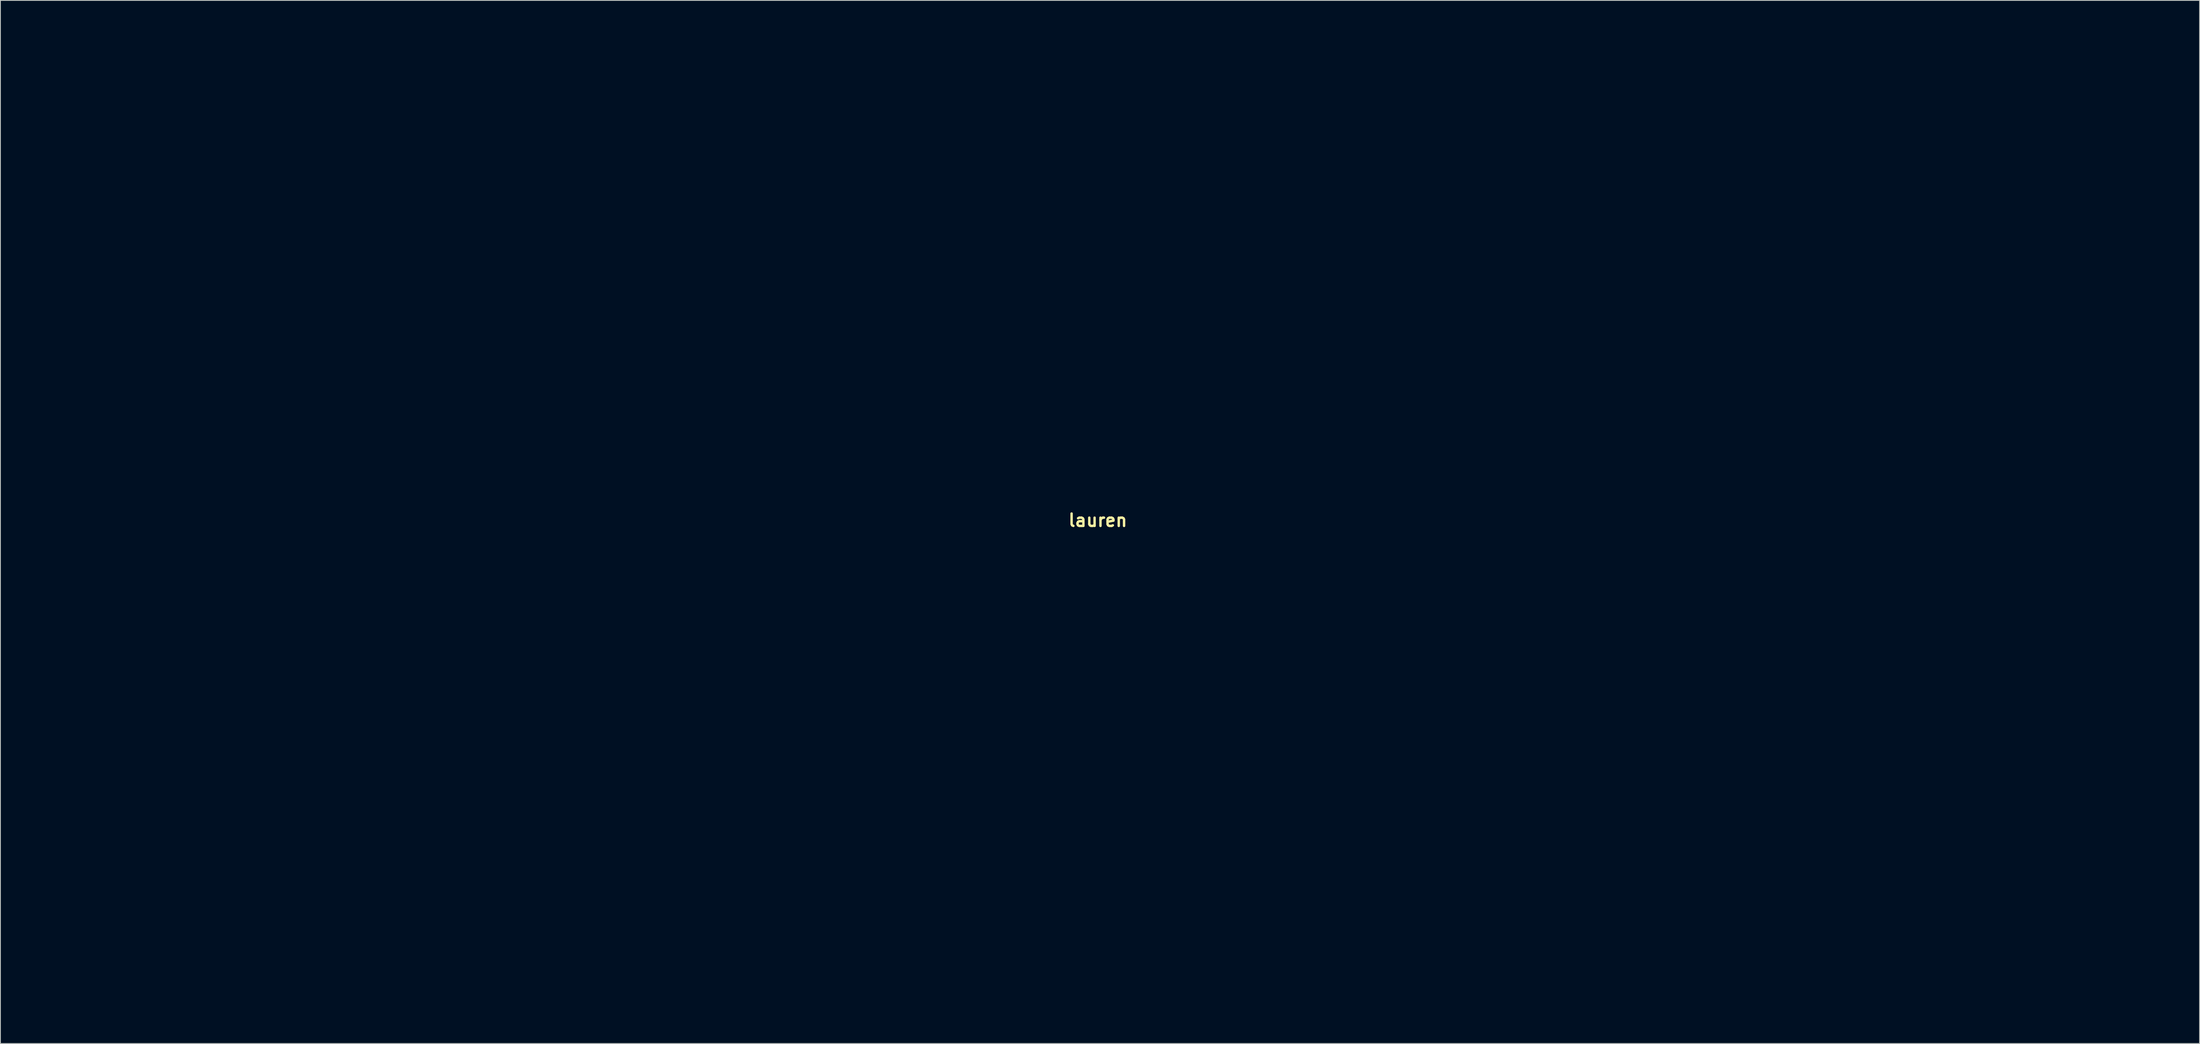
<source format=kicad_pcb>
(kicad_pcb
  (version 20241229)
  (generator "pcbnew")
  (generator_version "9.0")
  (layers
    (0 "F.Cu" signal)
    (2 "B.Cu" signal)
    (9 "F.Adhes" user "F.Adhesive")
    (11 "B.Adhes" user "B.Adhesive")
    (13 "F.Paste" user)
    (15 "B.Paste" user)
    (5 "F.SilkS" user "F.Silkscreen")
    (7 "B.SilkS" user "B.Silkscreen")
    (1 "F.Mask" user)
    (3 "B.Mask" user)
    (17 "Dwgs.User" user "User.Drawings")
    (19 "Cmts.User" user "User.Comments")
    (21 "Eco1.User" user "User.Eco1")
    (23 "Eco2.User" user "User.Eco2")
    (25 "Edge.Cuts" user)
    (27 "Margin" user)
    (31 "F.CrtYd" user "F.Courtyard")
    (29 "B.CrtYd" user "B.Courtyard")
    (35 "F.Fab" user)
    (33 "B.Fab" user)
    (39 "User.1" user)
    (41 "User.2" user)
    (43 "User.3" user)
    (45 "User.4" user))
  (footprint "lauren"
    (layer "F.Cu")
    (at 132.115 61.031)
    (property "Reference" "lauren" (at 0 0 0) (layer "F.SilkS") (effects (font (size 1.524 1.524) (thickness 0.3))))
    (attr through_hole)
    (fp_poly (pts (xy 132.644 36.689) (xy -46.214 36.689) (xy -46.214 33.514) (xy 132.644 33.514)) (stroke (width 0) (type solid)) (fill yes) (layer "F.Mask"))
    (fp_poly (pts (xy 21.078 -3.8) (xy 27.693 -3.704) (xy 27.903 0.706) (xy 19.756 0.706) (xy 19.756 6.318) (xy 24.518 6.526) (xy 24.728 10.936) (xy 19.756 10.936) (xy 19.756 16.557) (xy 23.724 16.657) (xy 27.693 16.757) (xy 27.903 21.167) (xy 14.464 21.167) (xy 14.464 -3.896)) (stroke (width 0) (type solid)) (fill yes) (layer "F.Mask"))
    (fp_poly (pts (xy 49.332 52.123) (xy 50.392 55.21) (xy 50.419 52.123) (xy 50.447 49.036) (xy 52.917 49.036) (xy 52.917 61.424) (xy 51.472 61.315) (xy 50.027 61.207) (xy 49.031 58.208) (xy 48.034 55.21) (xy 48.094 58.208) (xy 48.154 61.207) (xy 46.831 61.316) (xy 45.508 61.426) (xy 45.508 49.036) (xy 48.272 49.036)) (stroke (width 0) (type solid)) (fill yes) (layer "F.Mask"))
    (fp_poly (pts (xy -39.577 50.359) (xy -39.466 51.506) (xy -43.392 51.506) (xy -43.392 52.718) (xy -43.323 53.547) (xy -42.98 53.911) (xy -42.245 54.041) (xy -41.451 54.2) (xy -41.142 54.612) (xy -41.099 55.21) (xy -41.188 55.952) (xy -41.602 56.276) (xy -42.245 56.379) (xy -43.392 56.489) (xy -43.392 61.383) (xy -46.231 61.383) (xy -46.134 55.298) (xy -46.038 49.212) (xy -39.688 49.212)) (stroke (width 0) (type solid)) (fill yes) (layer "F.Mask"))
    (fp_poly (pts (xy -67.965 -27.607) (xy -67.862 -25.65) (xy -67.783 -23.373) (xy -67.74 -21.161) (xy -67.735 -20.373) (xy -67.733 -16.581) (xy -124.883 -16.581) (xy -124.883 -18.92) (xy -124.804 -20.516) (xy -124.529 -21.68) (xy -124.136 -22.469) (xy -123.633 -23.539) (xy -123.558 -24.633) (xy -123.623 -25.146) (xy -123.852 -26.113) (xy -124.139 -26.752) (xy -124.231 -26.844) (xy -124.448 -27.3) (xy -124.606 -28.223) (xy -124.655 -28.971) (xy -124.707 -30.868) (xy -96.45 -30.958) (xy -68.193 -31.049)) (stroke (width 0) (type solid)) (fill yes) (layer "F.Mask"))
    (fp_poly (pts (xy -10.936 21.195) (xy -16.737 20.99) (xy -18.922 14.287) (xy -21.106 7.585) (xy -21.136 14.376) (xy -21.167 21.167) (xy -23.647 21.167) (xy -25.208 21.103) (xy -26.088 20.91) (xy -26.298 20.723) (xy -26.335 20.276) (xy -26.365 19.209) (xy -26.385 17.606) (xy -26.397 15.553) (xy -26.398 13.134) (xy -26.389 10.435) (xy -26.375 8.288) (xy -26.282 -3.704) (xy -20.637 -3.704) (xy -16.261 9.349) (xy -16.156 2.822) (xy -16.051 -3.704) (xy -13.494 -3.808) (xy -10.936 -3.911)) (stroke (width 0) (type solid)) (fill yes) (layer "F.Mask"))
    (fp_poly (pts (xy 99.66 -49.212) (xy 93.574 -49.116) (xy 87.489 -49.019) (xy 87.489 -40.241) (xy 91.105 -40.141) (xy 94.721 -40.04) (xy 94.721 -33.337) (xy 91.105 -33.237) (xy 87.489 -33.136) (xy 87.489 -24.342) (xy 93.267 -24.342) (xy 95.537 -24.329) (xy 97.194 -24.284) (xy 98.331 -24.202) (xy 99.039 -24.074) (xy 99.411 -23.892) (xy 99.455 -23.847) (xy 99.673 -23.182) (xy 99.774 -21.908) (xy 99.763 -20.407) (xy 99.66 -17.462) (xy 79.369 -17.275) (xy 79.551 -55.915) (xy 99.66 -55.915)) (stroke (width 0) (type solid)) (fill yes) (layer "F.Mask"))
    (fp_poly (pts (xy 101.247 51.506) (xy 97.367 51.506) (xy 97.367 52.718) (xy 97.435 53.547) (xy 97.778 53.911) (xy 98.513 54.041) (xy 99.321 54.212) (xy 99.669 54.672) (xy 99.77 55.298) (xy 99.793 56.061) (xy 99.527 56.378) (xy 98.779 56.444) (xy 98.624 56.444) (xy 97.786 56.496) (xy 97.439 56.793) (xy 97.367 57.545) (xy 97.367 57.679) (xy 97.367 58.914) (xy 101.247 58.914) (xy 101.247 61.383) (xy 94.528 61.383) (xy 94.624 55.298) (xy 94.721 49.212) (xy 97.984 49.111) (xy 101.247 49.01)) (stroke (width 0) (type solid)) (fill yes) (layer "F.Mask"))
    (fp_poly (pts (xy -73.327 -53.514) (xy -73.371 -52.081) (xy -73.304 -51.087) (xy -73.064 -50.268) (xy -72.591 -49.357) (xy -72.227 -48.751) (xy -71.464 -47.363) (xy -70.8 -45.904) (xy -70.293 -44.539) (xy -70.005 -43.432) (xy -69.995 -42.75) (xy -70.021 -42.694) (xy -70.445 -42.584) (xy -71.555 -42.493) (xy -73.333 -42.422) (xy -75.76 -42.372) (xy -78.818 -42.342) (xy -82.042 -42.333) (xy -93.839 -42.333) (xy -93.839 -56.092) (xy -85.725 -56.168) (xy -83.251 -56.191) (xy -80.877 -56.212) (xy -78.741 -56.231) (xy -76.98 -56.245) (xy -75.732 -56.254) (xy -75.406 -56.256) (xy -73.201 -56.268)) (stroke (width 0) (type solid)) (fill yes) (layer "F.Mask"))
    (fp_poly (pts (xy 128.793 -56.016) (xy 132.468 -55.915) (xy 132.65 -17.286) (xy 123.855 -17.286) (xy 120.996 -26.194) (xy 120.193 -28.692) (xy 119.426 -31.072) (xy 118.731 -33.219) (xy 118.146 -35.02) (xy 117.708 -36.359) (xy 117.481 -37.042) (xy 116.825 -38.982) (xy 116.797 -28.134) (xy 116.769 -17.286) (xy 109.002 -17.286) (xy 109.185 -55.915) (xy 117.621 -55.915) (xy 121.041 -45.508) (xy 124.461 -35.101) (xy 124.501 -45.156) (xy 124.521 -47.765) (xy 124.558 -50.154) (xy 124.609 -52.229) (xy 124.671 -53.897) (xy 124.741 -55.062) (xy 124.816 -55.633) (xy 124.829 -55.664) (xy 125.191 -55.88) (xy 126.001 -56.003) (xy 127.35 -56.04)) (stroke (width 0) (type solid)) (fill yes) (layer "F.Mask"))
    (fp_poly (pts (xy -38.185 -40.128) (xy -38.093 -24.342) (xy -32.142 -24.342) (xy -29.838 -24.329) (xy -28.147 -24.287) (xy -26.98 -24.208) (xy -26.244 -24.086) (xy -25.849 -23.912) (xy -25.781 -23.847) (xy -25.563 -23.182) (xy -25.462 -21.908) (xy -25.473 -20.407) (xy -25.576 -17.462) (xy -35.728 -17.369) (xy -38.811 -17.347) (xy -41.252 -17.346) (xy -43.114 -17.368) (xy -44.462 -17.415) (xy -45.359 -17.49) (xy -45.868 -17.594) (xy -46.05 -17.722) (xy -46.081 -18.15) (xy -46.106 -19.218) (xy -46.127 -20.857) (xy -46.141 -23.003) (xy -46.15 -25.587) (xy -46.152 -28.544) (xy -46.148 -31.807) (xy -46.137 -35.309) (xy -46.129 -37.042) (xy -46.038 -55.915) (xy -38.276 -55.915)) (stroke (width 0) (type solid)) (fill yes) (layer "F.Mask"))
    (fp_poly (pts (xy -81.061 -4.169) (xy -77.831 -4.158) (xy -75.12 -4.14) (xy -72.891 -4.114) (xy -71.106 -4.081) (xy -69.728 -4.039) (xy -68.719 -3.988) (xy -68.043 -3.927) (xy -67.661 -3.857) (xy -67.54 -3.786) (xy -67.479 -3.301) (xy -67.419 -2.233) (xy -67.363 -0.704) (xy -67.316 1.164) (xy -67.285 3.007) (xy -67.204 9.349) (xy -95.971 9.439) (xy -124.738 9.529) (xy -126.726 7.143) (xy -127.749 5.949) (xy -128.72 4.875) (xy -129.466 4.11) (xy -129.62 3.969) (xy -130.249 3.206) (xy -130.527 2.443) (xy -130.528 2.411) (xy -130.76 1.541) (xy -131.107 1.003) (xy -131.529 0.226) (xy -131.796 -0.829) (xy -131.812 -0.965) (xy -131.922 -2.112) (xy -132.02 -3.112) (xy -132.026 -3.175) (xy -132.115 -4.057) (xy -99.914 -4.147) (xy -94.236 -4.161) (xy -89.226 -4.17) (xy -84.846 -4.172)) (stroke (width 0) (type solid)) (fill yes) (layer "F.Mask"))
    (fp_poly (pts (xy -10.994 49.12) (xy -9.803 49.335) (xy -9.223 49.539) (xy -8.191 50.436) (xy -7.576 51.714) (xy -7.42 53.157) (xy -7.764 54.549) (xy -8.144 55.168) (xy -8.88 56.104) (xy -8.144 58.283) (xy -7.675 59.73) (xy -7.471 60.639) (xy -7.558 61.134) (xy -7.962 61.34) (xy -8.709 61.383) (xy -8.781 61.383) (xy -10.155 61.383) (xy -10.76 58.914) (xy -11.095 57.709) (xy -11.417 56.83) (xy -11.66 56.449) (xy -11.68 56.444) (xy -11.835 56.767) (xy -11.947 57.617) (xy -11.994 58.815) (xy -11.994 58.914) (xy -11.994 61.383) (xy -14.464 61.383) (xy -14.464 52.917) (xy -11.994 52.917) (xy -11.926 53.888) (xy -11.641 54.277) (xy -11.025 54.199) (xy -10.789 54.114) (xy -10.256 53.619) (xy -10.185 52.891) (xy -10.497 52.152) (xy -11.119 51.626) (xy -11.671 51.506) (xy -11.873 51.819) (xy -11.986 52.601) (xy -11.994 52.917) (xy -14.464 52.917) (xy -14.464 49.036) (xy -12.33 49.036)) (stroke (width 0) (type solid)) (fill yes) (layer "F.Mask"))
    (fp_poly (pts (xy -108.495 -60.715) (xy -108.15 -59.864) (xy -107.719 -58.62) (xy -107.396 -57.591) (xy -106.354 -54.151) (xy -102.478 -53.975) (xy -98.601 -53.799) (xy -101.637 -51.558) (xy -104.673 -49.318) (xy -103.521 -45.649) (xy -103.072 -44.171) (xy -102.739 -42.977) (xy -102.557 -42.205) (xy -102.547 -41.981) (xy -102.889 -42.174) (xy -103.673 -42.698) (xy -104.773 -43.465) (xy -105.714 -44.138) (xy -108.703 -46.296) (xy -111.16 -44.579) (xy -112.384 -43.724) (xy -113.457 -42.975) (xy -114.192 -42.462) (xy -114.311 -42.378) (xy -114.832 -42.128) (xy -115.006 -42.224) (xy -114.899 -42.684) (xy -114.612 -43.644) (xy -114.197 -44.938) (xy -113.947 -45.685) (xy -113.486 -47.074) (xy -113.127 -48.207) (xy -112.92 -48.919) (xy -112.889 -49.071) (xy -113.155 -49.372) (xy -113.876 -49.99) (xy -114.933 -50.825) (xy -115.91 -51.562) (xy -118.932 -53.799) (xy -115.1 -53.898) (xy -111.268 -53.997) (xy -110.115 -57.514) (xy -109.617 -58.961) (xy -109.174 -60.119) (xy -108.842 -60.849) (xy -108.7 -61.031)) (stroke (width 0) (type solid)) (fill yes) (layer "F.Mask"))
    (fp_poly (pts (xy 82.414 49.238) (xy 83.3 49.357) (xy 83.92 49.629) (xy 84.495 50.115) (xy 84.571 50.191) (xy 85.207 50.979) (xy 85.492 51.861) (xy 85.549 52.888) (xy 85.399 54.332) (xy 84.919 55.3) (xy 84.866 55.361) (xy 84.52 55.78) (xy 84.374 56.186) (xy 84.433 56.77) (xy 84.703 57.723) (xy 84.954 58.51) (xy 85.334 59.723) (xy 85.61 60.661) (xy 85.724 61.133) (xy 85.725 61.144) (xy 85.412 61.296) (xy 84.634 61.378) (xy 84.353 61.383) (xy 82.981 61.383) (xy 82.357 59.076) (xy 82 57.885) (xy 81.668 56.989) (xy 81.436 56.586) (xy 81.291 56.815) (xy 81.185 57.588) (xy 81.139 58.746) (xy 81.139 58.893) (xy 81.139 61.383) (xy 78.3 61.383) (xy 78.397 55.298) (xy 78.434 52.917) (xy 81.139 52.917) (xy 81.195 53.856) (xy 81.407 54.246) (xy 81.718 54.265) (xy 82.381 53.889) (xy 82.687 53.534) (xy 82.842 52.727) (xy 82.462 51.978) (xy 81.718 51.568) (xy 81.342 51.636) (xy 81.171 52.138) (xy 81.139 52.917) (xy 78.434 52.917) (xy 78.493 49.212) (xy 81.043 49.212)) (stroke (width 0) (type solid)) (fill yes) (layer "F.Mask"))
    (fp_poly (pts (xy -31.75 6.223) (xy -31.752 9.18) (xy -31.764 11.519) (xy -31.789 13.33) (xy -31.835 14.7) (xy -31.906 15.717) (xy -32.009 16.471) (xy -32.148 17.049) (xy -32.331 17.541) (xy -32.498 17.904) (xy -33.6 19.541) (xy -35.095 20.652) (xy -37.044 21.273) (xy -38.597 21.431) (xy -40.166 21.433) (xy -41.3 21.267) (xy -42.261 20.893) (xy -42.403 20.819) (xy -44.076 19.522) (xy -45.28 17.744) (xy -45.858 16.033) (xy -45.972 15.105) (xy -46.059 13.564) (xy -46.118 11.501) (xy -46.147 9.006) (xy -46.142 6.173) (xy -46.134 5.292) (xy -46.038 -3.704) (xy -40.746 -3.704) (xy -40.569 6.275) (xy -40.512 9.261) (xy -40.452 11.616) (xy -40.386 13.413) (xy -40.308 14.727) (xy -40.213 15.631) (xy -40.097 16.199) (xy -39.953 16.506) (xy -39.864 16.588) (xy -38.827 16.909) (xy -37.882 16.534) (xy -37.631 16.295) (xy -37.456 16.025) (xy -37.318 15.591) (xy -37.21 14.913) (xy -37.128 13.909) (xy -37.066 12.501) (xy -37.019 10.605) (xy -36.983 8.143) (xy -36.959 5.976) (xy -36.865 -3.704) (xy -34.308 -3.808) (xy -31.75 -3.911)) (stroke (width 0) (type solid)) (fill yes) (layer "F.Mask"))
    (fp_poly (pts (xy 17.783 49.185) (xy 18.73 49.743) (xy 19.077 50.067) (xy 19.788 51.028) (xy 20.087 51.977) (xy 19.946 52.732) (xy 19.55 53.055) (xy 18.389 53.265) (xy 17.582 52.883) (xy 17.286 52.388) (xy 16.856 51.731) (xy 16.413 51.506) (xy 16.168 51.613) (xy 16.009 52.014) (xy 15.918 52.822) (xy 15.88 54.154) (xy 15.875 55.21) (xy 15.884 56.862) (xy 15.926 57.934) (xy 16.026 58.55) (xy 16.207 58.834) (xy 16.492 58.912) (xy 16.581 58.914) (xy 17.17 58.664) (xy 17.286 58.208) (xy 17.404 57.747) (xy 17.883 57.543) (xy 18.697 57.503) (xy 19.617 57.56) (xy 20.025 57.796) (xy 20.108 58.232) (xy 19.81 59.651) (xy 18.954 60.676) (xy 17.596 61.256) (xy 16.476 61.372) (xy 15.25 61.283) (xy 14.402 60.929) (xy 13.919 60.517) (xy 13.553 60.113) (xy 13.308 59.673) (xy 13.16 59.054) (xy 13.084 58.114) (xy 13.056 56.711) (xy 13.053 55.375) (xy 13.058 53.575) (xy 13.092 52.335) (xy 13.184 51.509) (xy 13.361 50.953) (xy 13.652 50.521) (xy 14.084 50.067) (xy 15.037 49.326) (xy 16.104 49.052) (xy 16.581 49.036)) (stroke (width 0) (type solid)) (fill yes) (layer "F.Mask"))
    (fp_poly (pts (xy 114.747 49.297) (xy 115.333 49.552) (xy 116.231 50.202) (xy 116.669 51.096) (xy 116.769 52.24) (xy 116.694 52.94) (xy 116.324 53.221) (xy 115.573 53.269) (xy 114.706 53.169) (xy 114.282 52.765) (xy 114.155 52.388) (xy 113.791 51.696) (xy 113.322 51.525) (xy 112.962 51.881) (xy 112.889 52.346) (xy 113.164 53.128) (xy 114.029 54.03) (xy 114.465 54.375) (xy 115.958 55.775) (xy 116.794 57.207) (xy 116.963 58.625) (xy 116.453 59.984) (xy 115.976 60.59) (xy 114.956 61.218) (xy 113.627 61.439) (xy 112.254 61.255) (xy 111.102 60.671) (xy 110.933 60.517) (xy 110.219 59.402) (xy 110.067 58.577) (xy 110.121 57.888) (xy 110.419 57.582) (xy 111.162 57.505) (xy 111.478 57.503) (xy 112.398 57.56) (xy 112.805 57.796) (xy 112.889 58.234) (xy 113.085 58.8) (xy 113.477 58.852) (xy 114.101 58.52) (xy 114.105 57.93) (xy 113.495 57.14) (xy 113.203 56.881) (xy 111.778 55.639) (xy 110.845 54.664) (xy 110.314 53.831) (xy 110.091 53.011) (xy 110.067 52.555) (xy 110.157 51.208) (xy 110.496 50.338) (xy 111.186 49.729) (xy 111.503 49.552) (xy 113.123 49.072)) (stroke (width 0) (type solid)) (fill yes) (layer "F.Mask"))
    (fp_poly (pts (xy 3.155 -3.703) (xy 4.571 -3.41) (xy 5.718 -2.917) (xy 6.737 -2.192) (xy 6.862 -2.084) (xy 7.593 -1.378) (xy 8.157 -0.637) (xy 8.573 0.238) (xy 8.859 1.346) (xy 9.036 2.784) (xy 9.122 4.651) (xy 9.137 7.045) (xy 9.11 9.407) (xy 9.07 11.871) (xy 9.028 13.736) (xy 8.971 15.109) (xy 8.885 16.096) (xy 8.759 16.803) (xy 8.578 17.338) (xy 8.329 17.805) (xy 8.025 18.276) (xy 7.223 19.333) (xy 6.341 20.103) (xy 5.256 20.63) (xy 3.843 20.955) (xy 1.978 21.12) (xy -0.461 21.167) (xy -0.52 21.167) (xy -5.301 21.167) (xy -5.208 8.731) (xy -5.148 0.706) (xy 0 0.706) (xy 0 16.581) (xy 1.21 16.581) (xy 2.2 16.429) (xy 2.938 16.061) (xy 2.96 16.04) (xy 3.31 15.567) (xy 3.565 14.885) (xy 3.735 13.9) (xy 3.828 12.515) (xy 3.856 10.634) (xy 3.828 8.16) (xy 3.818 7.692) (xy 3.746 5.292) (xy 3.621 3.508) (xy 3.41 2.25) (xy 3.078 1.431) (xy 2.592 0.96) (xy 1.919 0.748) (xy 1.18 0.706) (xy 0 0.706) (xy -5.148 0.706) (xy -5.115 -3.704) (xy -1.058 -3.813) (xy 1.326 -3.827)) (stroke (width 0) (type solid)) (fill yes) (layer "F.Mask"))
    (fp_poly (pts (xy 130.645 49.38) (xy 131.737 50.101) (xy 132.453 51.161) (xy 132.644 52.184) (xy 132.59 52.884) (xy 132.289 53.192) (xy 131.538 53.268) (xy 131.258 53.269) (xy 130.329 53.202) (xy 129.892 52.929) (xy 129.759 52.503) (xy 129.47 51.806) (xy 129.01 51.588) (xy 128.588 51.927) (xy 128.534 52.048) (xy 128.581 52.531) (xy 129.066 53.241) (xy 130.048 54.258) (xy 130.474 54.658) (xy 131.548 55.682) (xy 132.195 56.417) (xy 132.522 57.038) (xy 132.635 57.715) (xy 132.644 58.159) (xy 132.387 59.681) (xy 131.614 60.721) (xy 130.325 61.279) (xy 129.194 61.383) (xy 127.96 61.289) (xy 127.138 60.947) (xy 126.714 60.573) (xy 126.084 59.617) (xy 125.727 58.632) (xy 125.619 57.91) (xy 125.8 57.589) (xy 126.441 57.506) (xy 126.915 57.503) (xy 127.89 57.583) (xy 128.374 57.884) (xy 128.513 58.208) (xy 128.899 58.782) (xy 129.26 58.914) (xy 129.77 58.716) (xy 129.737 58.161) (xy 129.189 57.307) (xy 128.154 56.211) (xy 127.794 55.88) (xy 126.763 54.93) (xy 126.157 54.244) (xy 125.864 53.627) (xy 125.772 52.888) (xy 125.765 52.402) (xy 125.846 51.257) (xy 126.168 50.495) (xy 126.755 49.888) (xy 127.99 49.209) (xy 129.342 49.061)) (stroke (width 0) (type solid)) (fill yes) (layer "F.Mask"))
    (fp_poly (pts (xy -83.253 49.039) (xy -80.68 49.051) (xy -78.677 49.075) (xy -77.175 49.113) (xy -76.106 49.169) (xy -75.402 49.246) (xy -74.994 49.348) (xy -74.815 49.476) (xy -74.789 49.573) (xy -75.083 50.097) (xy -75.583 50.402) (xy -77.697 51.154) (xy -79.236 51.636) (xy -80.271 51.868) (xy -80.673 51.896) (xy -81.301 52.088) (xy -81.745 52.812) (xy -81.834 53.06) (xy -82.031 53.918) (xy -81.924 54.691) (xy -81.466 55.708) (xy -81.451 55.737) (xy -80.97 56.846) (xy -80.887 57.682) (xy -81.003 58.157) (xy -81.365 58.806) (xy -81.941 59.112) (xy -82.82 59.064) (xy -84.093 58.657) (xy -85.853 57.88) (xy -86.269 57.681) (xy -87.739 57.013) (xy -89.04 56.5) (xy -90.004 56.203) (xy -90.394 56.158) (xy -91.01 56.484) (xy -91.73 57.186) (xy -92.426 58.084) (xy -92.97 58.995) (xy -93.234 59.738) (xy -93.164 60.083) (xy -92.79 60.754) (xy -93.043 61.24) (xy -93.662 61.383) (xy -94.326 61.279) (xy -94.544 61.079) (xy -94.836 60.894) (xy -95.338 60.91) (xy -96.174 60.796) (xy -97.014 60.352) (xy -97.353 60.06) (xy -97.595 59.722) (xy -97.76 59.22) (xy -97.867 58.435) (xy -97.937 57.246) (xy -97.989 55.536) (xy -98.016 54.348) (xy -98.137 49.036) (xy -86.463 49.036)) (stroke (width 0) (type solid)) (fill yes) (layer "F.Mask"))
    (fp_poly (pts (xy -25.796 49.386) (xy -24.641 50.162) (xy -24.006 51.112) (xy -23.778 52.147) (xy -23.673 53.821) (xy -23.692 55.922) (xy -23.755 57.601) (xy -23.84 58.729) (xy -23.985 59.461) (xy -24.227 59.952) (xy -24.602 60.357) (xy -24.802 60.533) (xy -25.739 61.126) (xy -26.892 61.364) (xy -27.505 61.383) (xy -28.634 61.317) (xy -29.379 61.029) (xy -30.056 60.386) (xy -30.159 60.264) (xy -30.557 59.763) (xy -30.819 59.285) (xy -30.969 58.68) (xy -31.029 57.797) (xy -31.025 56.955) (xy -28.187 56.955) (xy -28.181 58.003) (xy -28.106 58.591) (xy -27.937 58.841) (xy -27.649 58.878) (xy -27.441 58.852) (xy -27.075 58.765) (xy -26.84 58.543) (xy -26.709 58.051) (xy -26.65 57.157) (xy -26.635 55.728) (xy -26.635 55.21) (xy -26.644 53.604) (xy -26.69 52.576) (xy -26.798 51.998) (xy -26.994 51.743) (xy -27.302 51.682) (xy -27.34 51.682) (xy -27.659 51.733) (xy -27.87 51.971) (xy -28.002 52.521) (xy -28.083 53.508) (xy -28.139 55.058) (xy -28.147 55.324) (xy -28.187 56.955) (xy -31.025 56.955) (xy -31.023 56.486) (xy -30.984 54.941) (xy -30.928 53.155) (xy -30.857 51.932) (xy -30.738 51.128) (xy -30.541 50.602) (xy -30.235 50.21) (xy -29.878 49.887) (xy -28.615 49.207) (xy -27.188 49.054)) (stroke (width 0) (type solid)) (fill yes) (layer "F.Mask"))
    (fp_poly (pts (xy 33.824 49.181) (xy 35.153 49.872) (xy 35.17 49.887) (xy 35.59 50.275) (xy 35.875 50.681) (xy 36.055 51.246) (xy 36.164 52.113) (xy 36.23 53.424) (xy 36.276 54.941) (xy 36.319 56.729) (xy 36.316 57.962) (xy 36.243 58.791) (xy 36.078 59.366) (xy 35.795 59.837) (xy 35.451 60.264) (xy 34.759 60.966) (xy 34.042 61.294) (xy 32.983 61.382) (xy 32.797 61.383) (xy 31.46 61.261) (xy 30.474 60.826) (xy 30.094 60.532) (xy 29.636 60.097) (xy 29.339 59.632) (xy 29.16 58.972) (xy 29.057 57.952) (xy 28.994 56.589) (xy 31.785 56.589) (xy 31.825 57.762) (xy 31.971 58.462) (xy 32.252 58.807) (xy 32.695 58.912) (xy 32.81 58.914) (xy 33.136 58.875) (xy 33.342 58.675) (xy 33.449 58.186) (xy 33.478 57.282) (xy 33.453 55.836) (xy 33.438 55.298) (xy 33.383 53.667) (xy 33.307 52.616) (xy 33.182 52.019) (xy 32.981 51.75) (xy 32.676 51.682) (xy 32.632 51.682) (xy 32.293 51.741) (xy 32.076 52.007) (xy 31.945 52.614) (xy 31.866 53.698) (xy 31.824 54.829) (xy 31.785 56.589) (xy 28.994 56.589) (xy 28.986 56.406) (xy 28.98 56.234) (xy 28.968 53.852) (xy 29.143 52.069) (xy 29.527 50.795) (xy 30.144 49.942) (xy 30.688 49.567) (xy 32.272 49.075)) (stroke (width 0) (type solid)) (fill yes) (layer "F.Mask"))
    (fp_poly (pts (xy 125.195 -3.796) (xy 127.39 -3.556) (xy 129.092 -3.057) (xy 130.395 -2.263) (xy 131.393 -1.138) (xy 131.94 -0.174) (xy 132.18 0.381) (xy 132.358 0.99) (xy 132.485 1.763) (xy 132.568 2.809) (xy 132.616 4.236) (xy 132.639 6.153) (xy 132.644 8.589) (xy 132.623 11.576) (xy 132.541 13.949) (xy 132.37 15.8) (xy 132.083 17.219) (xy 131.653 18.298) (xy 131.051 19.128) (xy 130.251 19.8) (xy 129.224 20.405) (xy 129.043 20.499) (xy 128.363 20.786) (xy 127.556 20.979) (xy 126.474 21.096) (xy 124.969 21.153) (xy 123.122 21.167) (xy 121.065 21.146) (xy 119.637 21.078) (xy 118.764 20.956) (xy 118.371 20.774) (xy 118.341 20.723) (xy 118.303 20.276) (xy 118.274 19.209) (xy 118.254 17.606) (xy 118.242 15.553) (xy 118.241 13.134) (xy 118.25 10.435) (xy 118.264 8.288) (xy 118.323 0.706) (xy 123.825 0.706) (xy 123.825 16.623) (xy 125.14 16.514) (xy 126.193 16.273) (xy 126.82 15.684) (xy 126.91 15.522) (xy 127.086 14.948) (xy 127.206 13.969) (xy 127.273 12.509) (xy 127.292 10.49) (xy 127.271 8.173) (xy 127.232 5.872) (xy 127.185 4.174) (xy 127.117 2.977) (xy 127.018 2.179) (xy 126.877 1.677) (xy 126.681 1.37) (xy 126.492 1.206) (xy 125.615 0.823) (xy 124.816 0.706) (xy 123.825 0.706) (xy 118.323 0.706) (xy 118.357 -3.704) (xy 122.414 -3.813)) (stroke (width 0) (type solid)) (fill yes) (layer "F.Mask"))
    (fp_poly (pts (xy -78.794 21.923) (xy -75.727 21.931) (xy -73.038 21.945) (xy -70.796 21.965) (xy -69.068 21.992) (xy -67.923 22.025) (xy -67.469 22.056) (xy -66.382 22.381) (xy -65.957 22.946) (xy -66.194 23.742) (xy -67 24.669) (xy -67.856 25.811) (xy -68.28 26.955) (xy -68.594 27.993) (xy -69.038 28.796) (xy -69.101 28.867) (xy -69.591 29.516) (xy -70.211 30.519) (xy -70.556 31.149) (xy -71.336 32.332) (xy -72.25 33.28) (xy -72.596 33.525) (xy -73.329 34.001) (xy -73.538 34.372) (xy -73.317 34.873) (xy -73.2 35.054) (xy -72.847 35.674) (xy -72.921 35.973) (xy -73.218 36.117) (xy -73.683 36.164) (xy -74.766 36.206) (xy -76.388 36.241) (xy -78.469 36.27) (xy -80.93 36.294) (xy -83.693 36.312) (xy -86.678 36.324) (xy -89.806 36.331) (xy -92.999 36.331) (xy -96.177 36.326) (xy -99.261 36.316) (xy -102.172 36.3) (xy -104.831 36.278) (xy -107.16 36.251) (xy -109.078 36.218) (xy -110.508 36.18) (xy -111.37 36.137) (xy -111.595 36.101) (xy -111.723 35.623) (xy -111.799 34.613) (xy -111.826 33.241) (xy -111.805 31.678) (xy -111.74 30.094) (xy -111.632 28.661) (xy -111.484 27.549) (xy -111.481 27.535) (xy -111.311 26.066) (xy -111.442 25.12) (xy -111.473 25.057) (xy -111.586 24.417) (xy -111.238 23.584) (xy -111.014 23.234) (xy -110.215 22.049) (xy -89.592 21.946) (xy -85.795 21.93) (xy -82.173 21.923)) (stroke (width 0) (type solid)) (fill yes) (layer "F.Mask"))
    (fp_poly (pts (xy 67.692 49.544) (xy 67.708 49.552) (xy 68.563 50.153) (xy 69.005 50.967) (xy 69.143 52.215) (xy 69.144 52.416) (xy 69.085 53.231) (xy 68.764 53.561) (xy 67.965 53.622) (xy 67.954 53.622) (xy 67.116 53.537) (xy 66.715 53.147) (xy 66.546 52.537) (xy 66.26 51.754) (xy 65.784 51.56) (xy 65.708 51.571) (xy 65.416 51.717) (xy 65.221 52.107) (xy 65.098 52.87) (xy 65.02 54.135) (xy 64.986 55.132) (xy 64.955 56.753) (xy 64.989 57.802) (xy 65.103 58.413) (xy 65.316 58.717) (xy 65.463 58.795) (xy 66.114 58.746) (xy 66.352 58.524) (xy 66.645 57.735) (xy 66.568 57.075) (xy 66.149 56.797) (xy 66.146 56.797) (xy 65.726 56.482) (xy 65.617 55.739) (xy 65.655 55.112) (xy 65.892 54.8) (xy 66.51 54.692) (xy 67.381 54.681) (xy 69.144 54.681) (xy 69.144 57.301) (xy 69.123 58.675) (xy 69.023 59.54) (xy 68.789 60.092) (xy 68.368 60.529) (xy 68.215 60.652) (xy 67.052 61.223) (xy 65.6 61.383) (xy 64.476 61.313) (xy 63.73 61.011) (xy 63.039 60.341) (xy 62.974 60.264) (xy 62.576 59.763) (xy 62.314 59.285) (xy 62.165 58.68) (xy 62.104 57.797) (xy 62.11 56.486) (xy 62.149 54.941) (xy 62.205 53.155) (xy 62.277 51.932) (xy 62.395 51.128) (xy 62.592 50.602) (xy 62.898 50.21) (xy 63.255 49.887) (xy 64.577 49.189) (xy 66.123 49.07)) (stroke (width 0) (type solid)) (fill yes) (layer "F.Mask"))
    (fp_poly (pts (xy 40.882 -3.813) (xy 41.875 -3.73) (xy 42.638 -3.564) (xy 43.328 -3.296) (xy 43.742 -3.095) (xy 44.868 -2.364) (xy 45.836 -1.468) (xy 46.102 -1.125) (xy 46.809 0.353) (xy 47.3 2.18) (xy 47.504 4.019) (xy 47.429 5.181) (xy 47.084 6.38) (xy 46.506 7.68) (xy 45.82 8.848) (xy 45.152 9.652) (xy 44.937 9.81) (xy 44.744 9.999) (xy 44.677 10.357) (xy 44.756 10.986) (xy 44.999 11.987) (xy 45.427 13.461) (xy 46.002 15.327) (xy 46.562 17.144) (xy 47.039 18.729) (xy 47.395 19.958) (xy 47.595 20.705) (xy 47.625 20.864) (xy 47.299 21.013) (xy 46.423 21.097) (xy 45.15 21.101) (xy 44.901 21.093) (xy 42.178 20.99) (xy 40.787 15.963) (xy 40.22 13.962) (xy 39.78 12.554) (xy 39.43 11.644) (xy 39.132 11.14) (xy 38.847 10.947) (xy 38.749 10.936) (xy 38.495 10.985) (xy 38.318 11.202) (xy 38.203 11.694) (xy 38.137 12.565) (xy 38.107 13.922) (xy 38.1 15.87) (xy 38.1 16.051) (xy 38.1 21.167) (xy 32.799 21.167) (xy 32.892 8.731) (xy 32.952 0.706) (xy 38.1 0.706) (xy 38.1 6.703) (xy 39.491 6.703) (xy 40.604 6.565) (xy 41.306 6.082) (xy 41.431 5.919) (xy 41.783 5.065) (xy 41.971 3.924) (xy 41.981 3.626) (xy 41.735 2.148) (xy 41.008 1.179) (xy 39.816 0.734) (xy 39.335 0.706) (xy 38.1 0.706) (xy 32.952 0.706) (xy 32.985 -3.704) (xy 37.571 -3.801) (xy 39.5 -3.83)) (stroke (width 0) (type solid)) (fill yes) (layer "F.Mask"))
    (fp_poly (pts (xy 33.896 -56.016) (xy 37.571 -55.915) (xy 37.571 -24.165) (xy 36.623 -22.37) (xy 35.144 -20.251) (xy 33.21 -18.529) (xy 31.581 -17.606) (xy 30.013 -17.125) (xy 28.063 -16.83) (xy 26.035 -16.747) (xy 24.235 -16.902) (xy 24.041 -16.94) (xy 21.738 -17.761) (xy 19.618 -19.155) (xy 17.835 -20.989) (xy 16.541 -23.13) (xy 16.353 -23.589) (xy 16.2 -24.058) (xy 16.072 -24.627) (xy 15.966 -25.366) (xy 15.88 -26.343) (xy 15.811 -27.627) (xy 15.754 -29.286) (xy 15.708 -31.389) (xy 15.668 -34.006) (xy 15.633 -37.203) (xy 15.605 -40.242) (xy 15.576 -43.955) (xy 15.559 -47.024) (xy 15.556 -49.509) (xy 15.57 -51.473) (xy 15.6 -52.977) (xy 15.649 -54.081) (xy 15.718 -54.847) (xy 15.809 -55.337) (xy 15.923 -55.612) (xy 15.992 -55.689) (xy 16.66 -55.918) (xy 17.982 -56.026) (xy 19.978 -56.017) (xy 19.984 -56.017) (xy 23.46 -55.915) (xy 23.636 -41.099) (xy 23.682 -37.356) (xy 23.728 -34.253) (xy 23.78 -31.724) (xy 23.846 -29.704) (xy 23.932 -28.128) (xy 24.047 -26.93) (xy 24.198 -26.045) (xy 24.39 -25.406) (xy 24.632 -24.949) (xy 24.931 -24.608) (xy 25.293 -24.317) (xy 25.481 -24.183) (xy 26.528 -23.697) (xy 27.506 -23.836) (xy 28.556 -24.622) (xy 28.602 -24.667) (xy 29.633 -25.699) (xy 29.639 -40.454) (xy 29.647 -43.625) (xy 29.667 -46.583) (xy 29.698 -49.253) (xy 29.738 -51.559) (xy 29.787 -53.425) (xy 29.842 -54.775) (xy 29.902 -55.532) (xy 29.932 -55.664) (xy 30.294 -55.88) (xy 31.104 -56.003) (xy 32.453 -56.04)) (stroke (width 0) (type solid)) (fill yes) (layer "F.Mask"))
    (fp_poly (pts (xy 87.333 -4.093) (xy 89.256 -3.524) (xy 90.985 -2.455) (xy 92.251 -1.085) (xy 93.31 0.414) (xy 93.31 8.585) (xy 93.303 11.418) (xy 93.268 13.643) (xy 93.181 15.36) (xy 93.019 16.665) (xy 92.758 17.658) (xy 92.375 18.438) (xy 91.847 19.101) (xy 91.151 19.747) (xy 90.544 20.246) (xy 89.759 20.821) (xy 89.011 21.165) (xy 88.062 21.348) (xy 86.672 21.441) (xy 86.487 21.448) (xy 84.903 21.466) (xy 83.759 21.342) (xy 82.796 21.036) (xy 82.32 20.812) (xy 81.195 20.038) (xy 80.136 18.992) (xy 79.85 18.62) (xy 78.846 17.172) (xy 78.732 9.409) (xy 78.727 8.934) (xy 83.961 8.934) (xy 83.971 11.324) (xy 84.008 13.109) (xy 84.077 14.391) (xy 84.188 15.269) (xy 84.348 15.846) (xy 84.51 16.149) (xy 85.344 16.801) (xy 86.4 16.864) (xy 87.333 16.433) (xy 87.584 16.196) (xy 87.769 15.835) (xy 87.901 15.245) (xy 87.993 14.319) (xy 88.057 12.952) (xy 88.107 11.038) (xy 88.13 9.827) (xy 88.155 7.734) (xy 88.153 5.808) (xy 88.126 4.195) (xy 88.076 3.038) (xy 88.026 2.563) (xy 87.568 1.46) (xy 86.796 0.772) (xy 85.886 0.545) (xy 85.013 0.823) (xy 84.357 1.634) (xy 84.203 2.348) (xy 84.083 3.695) (xy 84.002 5.606) (xy 83.964 8.007) (xy 83.961 8.934) (xy 78.727 8.934) (xy 78.701 6.757) (xy 78.699 4.708) (xy 78.731 3.158) (xy 78.802 2.003) (xy 78.916 1.14) (xy 79.081 0.466) (xy 79.196 0.133) (xy 80.206 -1.616) (xy 81.651 -2.924) (xy 83.404 -3.781) (xy 85.34 -4.175)) (stroke (width 0) (type solid)) (fill yes) (layer "F.Mask"))
    (fp_poly (pts (xy 108.516 -3.658) (xy 110.318 -2.707) (xy 111.764 -1.289) (xy 112.18 -0.652) (xy 112.493 -0.062) (xy 112.724 0.524) (xy 112.889 1.227) (xy 113.002 2.169) (xy 113.08 3.471) (xy 113.137 5.255) (xy 113.182 7.232) (xy 113.206 10.593) (xy 113.112 13.332) (xy 112.878 15.526) (xy 112.48 17.252) (xy 111.896 18.588) (xy 111.104 19.611) (xy 110.082 20.397) (xy 109.226 20.845) (xy 107.467 21.352) (xy 105.435 21.496) (xy 103.445 21.278) (xy 102.129 20.856) (xy 101.057 20.305) (xy 100.212 19.691) (xy 99.567 18.927) (xy 99.097 17.925) (xy 98.774 16.599) (xy 98.572 14.86) (xy 98.466 12.622) (xy 98.427 9.797) (xy 98.425 8.703) (xy 103.717 8.703) (xy 103.724 11.139) (xy 103.75 12.968) (xy 103.804 14.286) (xy 103.892 15.193) (xy 104.022 15.786) (xy 104.201 16.163) (xy 104.301 16.288) (xy 105.225 16.86) (xy 106.261 16.784) (xy 106.952 16.349) (xy 107.172 16.094) (xy 107.336 15.718) (xy 107.451 15.122) (xy 107.527 14.211) (xy 107.572 12.885) (xy 107.592 11.049) (xy 107.597 8.608) (xy 107.595 6.189) (xy 107.58 4.379) (xy 107.544 3.078) (xy 107.477 2.19) (xy 107.368 1.618) (xy 107.207 1.263) (xy 106.985 1.029) (xy 106.813 0.902) (xy 105.868 0.418) (xy 105.09 0.527) (xy 104.422 1.058) (xy 104.179 1.344) (xy 104 1.715) (xy 103.873 2.273) (xy 103.791 3.118) (xy 103.744 4.353) (xy 103.722 6.079) (xy 103.717 8.397) (xy 103.717 8.703) (xy 98.425 8.703) (xy 98.425 8.643) (xy 98.435 5.854) (xy 98.477 3.671) (xy 98.571 1.994) (xy 98.739 0.725) (xy 99 -0.236) (xy 99.374 -0.989) (xy 99.881 -1.633) (xy 100.543 -2.267) (xy 100.661 -2.372) (xy 102.431 -3.501) (xy 104.427 -4.077) (xy 106.504 -4.122)) (stroke (width 0) (type solid)) (fill yes) (layer "F.Mask"))
    (fp_poly (pts (xy 57.53 -56.069) (xy 59.811 -55.984) (xy 61.61 -55.814) (xy 63.036 -55.536) (xy 64.2 -55.127) (xy 65.213 -54.563) (xy 66.186 -53.82) (xy 66.427 -53.611) (xy 67.59 -52.368) (xy 68.653 -50.863) (xy 69.036 -50.17) (xy 69.492 -49.174) (xy 69.782 -48.288) (xy 69.944 -47.3) (xy 70.013 -46.001) (xy 70.026 -44.45) (xy 69.904 -41.822) (xy 69.5 -39.712) (xy 68.76 -37.97) (xy 67.632 -36.445) (xy 66.888 -35.702) (xy 65.417 -34.346) (xy 67.796 -26.786) (xy 68.499 -24.539) (xy 69.14 -22.468) (xy 69.684 -20.686) (xy 70.098 -19.303) (xy 70.348 -18.433) (xy 70.396 -18.245) (xy 70.617 -17.263) (xy 62.267 -17.462) (xy 60.107 -25.224) (xy 57.946 -32.985) (xy 56.843 -33.095) (xy 55.739 -33.206) (xy 55.739 -17.286) (xy 51.917 -17.286) (xy 50.34 -17.307) (xy 49.034 -17.362) (xy 48.153 -17.444) (xy 47.86 -17.521) (xy 47.813 -17.911) (xy 47.771 -18.926) (xy 47.734 -20.489) (xy 47.703 -22.518) (xy 47.677 -24.936) (xy 47.657 -27.662) (xy 47.642 -30.617) (xy 47.633 -33.722) (xy 47.629 -36.897) (xy 47.631 -40.063) (xy 47.639 -43.141) (xy 47.653 -46.051) (xy 47.672 -48.713) (xy 47.675 -49.036) (xy 55.739 -49.036) (xy 55.739 -39.511) (xy 57.601 -39.511) (xy 59.005 -39.631) (xy 60.065 -39.953) (xy 60.249 -40.062) (xy 61.29 -41.195) (xy 61.913 -42.735) (xy 62.079 -44.497) (xy 61.752 -46.294) (xy 61.597 -46.708) (xy 60.821 -47.972) (xy 59.704 -48.72) (xy 58.13 -49.022) (xy 57.601 -49.036) (xy 55.739 -49.036) (xy 47.675 -49.036) (xy 47.697 -51.049) (xy 47.728 -52.979) (xy 47.765 -54.423) (xy 47.808 -55.302) (xy 47.839 -55.534) (xy 47.998 -55.732) (xy 48.361 -55.878) (xy 49.022 -55.979) (xy 50.076 -56.043) (xy 51.614 -56.078) (xy 53.73 -56.091) (xy 54.654 -56.092)) (stroke (width 0) (type solid)) (fill yes) (layer "F.Mask"))
    (fp_poly (pts (xy -1.304 -55.997) (xy -0.862 -55.872) (xy -0.648 -55.657) (xy -0.543 -55.334) (xy -0.536 -55.308) (xy -0.277 -54.166) (xy 0.091 -52.504) (xy 0.55 -50.401) (xy 1.085 -47.933) (xy 1.679 -45.178) (xy 2.314 -42.214) (xy 2.976 -39.117) (xy 3.647 -35.966) (xy 4.311 -32.838) (xy 4.952 -29.81) (xy 5.553 -26.96) (xy 6.097 -24.366) (xy 6.568 -22.103) (xy 6.951 -20.251) (xy 7.227 -18.887) (xy 7.381 -18.087) (xy 7.408 -17.91) (xy 7.344 -17.64) (xy 7.071 -17.46) (xy 6.472 -17.354) (xy 5.429 -17.302) (xy 3.825 -17.286) (xy 3.383 -17.286) (xy -0.642 -17.286) (xy -1.049 -19.844) (xy -1.268 -21.158) (xy -1.462 -22.221) (xy -1.592 -22.82) (xy -1.599 -22.842) (xy -1.929 -23.066) (xy -2.791 -23.208) (xy -4.252 -23.275) (xy -5.257 -23.283) (xy -6.893 -23.282) (xy -7.962 -23.218) (xy -8.603 -23.001) (xy -8.955 -22.542) (xy -9.157 -21.75) (xy -9.33 -20.637) (xy -9.526 -19.447) (xy -9.718 -18.376) (xy -9.741 -18.256) (xy -9.934 -17.286) (xy -13.963 -17.286) (xy -15.553 -17.308) (xy -16.845 -17.366) (xy -17.7 -17.453) (xy -17.98 -17.551) (xy -17.905 -17.935) (xy -17.693 -18.946) (xy -17.357 -20.52) (xy -16.912 -22.593) (xy -16.371 -25.103) (xy -15.747 -27.986) (xy -15.389 -29.633) (xy -7.849 -29.633) (xy -5.336 -29.633) (xy -4.108 -29.667) (xy -3.214 -29.757) (xy -2.832 -29.884) (xy -2.829 -29.898) (xy -2.893 -30.409) (xy -3.059 -31.457) (xy -3.305 -32.913) (xy -3.608 -34.65) (xy -3.944 -36.538) (xy -4.29 -38.451) (xy -4.623 -40.26) (xy -4.92 -41.836) (xy -5.158 -43.052) (xy -5.313 -43.78) (xy -5.358 -43.929) (xy -5.459 -43.649) (xy -5.646 -42.779) (xy -5.898 -41.424) (xy -6.195 -39.692) (xy -6.497 -37.828) (xy -6.827 -35.741) (xy -7.131 -33.836) (xy -7.389 -32.248) (xy -7.577 -31.111) (xy -7.665 -30.603) (xy -7.849 -29.633) (xy -15.389 -29.633) (xy -15.054 -31.179) (xy -14.306 -34.618) (xy -13.816 -36.865) (xy -9.663 -55.915) (xy -5.194 -56.014) (xy -3.351 -56.05) (xy -2.094 -56.051)) (stroke (width 0) (type solid)) (fill yes) (layer "F.Mask"))
    (fp_poly (pts (xy 73.663 -3.809) (xy 74.477 -3.593) (xy 74.631 -3.43) (xy 74.6 -3.018) (xy 74.455 -2.011) (xy 74.214 -0.506) (xy 73.895 1.398) (xy 73.515 3.604) (xy 73.091 6.014) (xy 72.641 8.53) (xy 72.183 11.054) (xy 71.733 13.489) (xy 71.31 15.735) (xy 70.932 17.696) (xy 70.614 19.274) (xy 70.376 20.371) (xy 70.376 20.373) (xy 70.216 20.793) (xy 69.874 21.032) (xy 69.182 21.14) (xy 67.974 21.166) (xy 67.765 21.167) (xy 66.884 21.183) (xy 66.227 21.171) (xy 65.747 21.042) (xy 65.395 20.707) (xy 65.126 20.076) (xy 64.891 19.06) (xy 64.644 17.569) (xy 64.336 15.515) (xy 64.163 14.371) (xy 63.873 12.58) (xy 63.597 11.09) (xy 63.361 10.016) (xy 63.188 9.47) (xy 63.131 9.432) (xy 62.982 9.882) (xy 62.783 10.858) (xy 62.567 12.187) (xy 62.471 12.876) (xy 62.222 14.714) (xy 61.95 16.671) (xy 61.708 18.371) (xy 61.673 18.609) (xy 61.298 21.167) (xy 58.86 21.167) (xy 57.322 21.102) (xy 56.466 20.908) (xy 56.274 20.726) (xy 56.16 20.246) (xy 55.933 19.179) (xy 55.613 17.625) (xy 55.219 15.682) (xy 54.771 13.448) (xy 54.288 11.023) (xy 53.789 8.504) (xy 53.295 5.99) (xy 52.824 3.581) (xy 52.397 1.373) (xy 52.032 -0.533) (xy 51.748 -2.039) (xy 51.566 -3.047) (xy 51.505 -3.454) (xy 51.697 -3.691) (xy 52.339 -3.811) (xy 53.536 -3.828) (xy 54.24 -3.807) (xy 56.974 -3.704) (xy 57.847 2.028) (xy 58.15 3.941) (xy 58.433 5.583) (xy 58.674 6.838) (xy 58.851 7.593) (xy 58.926 7.761) (xy 59.045 7.431) (xy 59.241 6.518) (xy 59.493 5.137) (xy 59.781 3.404) (xy 59.993 2.028) (xy 60.854 -3.704) (xy 63.061 -3.809) (xy 63.932 -3.852) (xy 64.587 -3.828) (xy 65.073 -3.647) (xy 65.44 -3.221) (xy 65.734 -2.463) (xy 66.003 -1.282) (xy 66.296 0.409) (xy 66.66 2.699) (xy 66.694 2.917) (xy 66.995 4.69) (xy 67.279 6.145) (xy 67.522 7.174) (xy 67.7 7.67) (xy 67.76 7.679) (xy 67.888 7.181) (xy 68.077 6.123) (xy 68.303 4.645) (xy 68.544 2.888) (xy 68.62 2.293) (xy 68.868 0.458) (xy 69.117 -1.161) (xy 69.342 -2.416) (xy 69.519 -3.161) (xy 69.559 -3.263) (xy 69.888 -3.614) (xy 70.534 -3.805) (xy 71.66 -3.877) (xy 72.167 -3.881)) (stroke (width 0) (type solid)) (fill yes) (layer "F.Mask")))
  (gr_rect
    (start -3 -3)
    (end 267.766 125.469)
    (stroke (width 0.1) (type default))
    (fill no)
    (layer "Edge.Cuts")))
</source>
